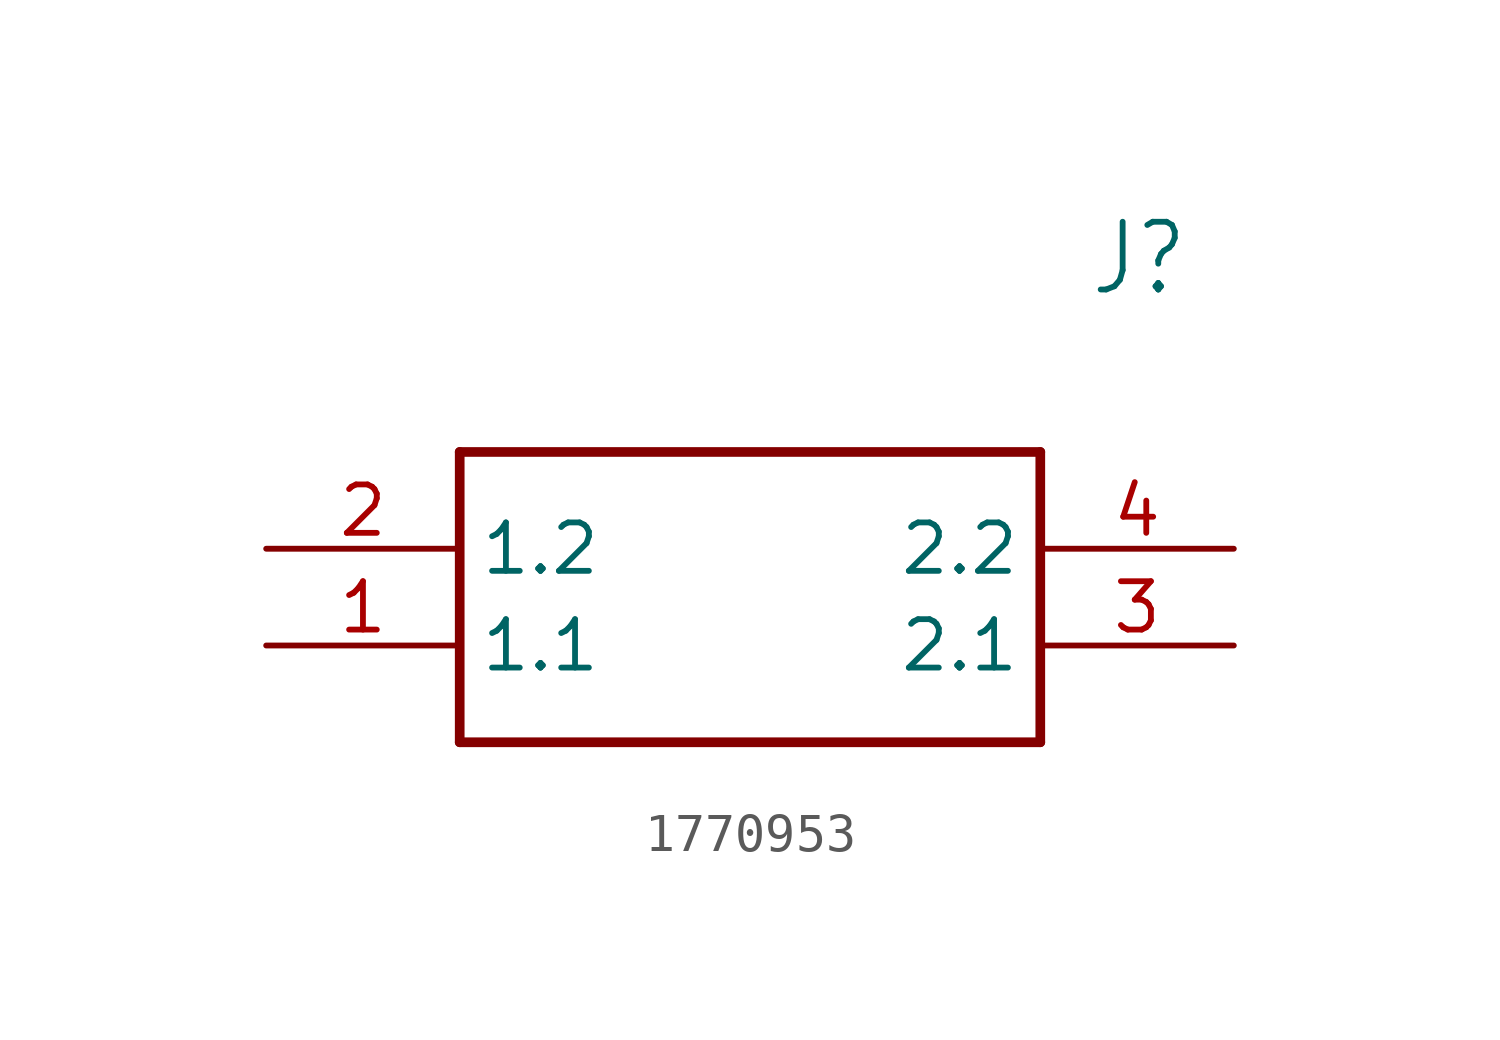
<source format=kicad_sym>
(kicad_symbol_lib
  (version 20231120)
  (generator "kicad_symbol_editor")
  (generator_version "8.0")
  (symbol "1770953"
    (property "Reference" "J"
      (at 21.59 7.62 0)
      (effects (font (size 1.778 1.511)) (justify left)))
    (property "Value" ""
      (at 21.59 5.08 0)
      (effects (font (size 1.778 1.511)) (justify left)))
    (property "ki_locked" ""
      (at 0 0 0)
      (effects (font (size 1.27 1.27))))
    (symbol "1770953_1_0"
      (polyline (pts (xy 5.08 2.54) (xy 5.08 -5.08)) (stroke (width 0.254) (type solid)) (fill (type none)))
      (polyline (pts (xy 5.08 2.54) (xy 20.32 2.54)) (stroke (width 0.254) (type solid)) (fill (type none)))
      (polyline (pts (xy 20.32 -5.08) (xy 5.08 -5.08)) (stroke (width 0.254) (type solid)) (fill (type none)))
      (polyline (pts (xy 20.32 -5.08) (xy 20.32 2.54)) (stroke (width 0.254) (type solid)) (fill (type none)))
      (pin bidirectional line (at 0 -2.54 0) (length 5.08) (name "1.1" (effects (font (size 1.27 1.27)))) (number "1" (effects (font (size 1.27 1.27)))))
      (pin bidirectional line (at 0 0 0) (length 5.08) (name "1.2" (effects (font (size 1.27 1.27)))) (number "2" (effects (font (size 1.27 1.27)))))
      (pin bidirectional line (at 25.4 -2.54 180) (length 5.08) (name "2.1" (effects (font (size 1.27 1.27)))) (number "3" (effects (font (size 1.27 1.27)))))
      (pin bidirectional line (at 25.4 0 180) (length 5.08) (name "2.2" (effects (font (size 1.27 1.27)))) (number "4" (effects (font (size 1.27 1.27))))))))
</source>
